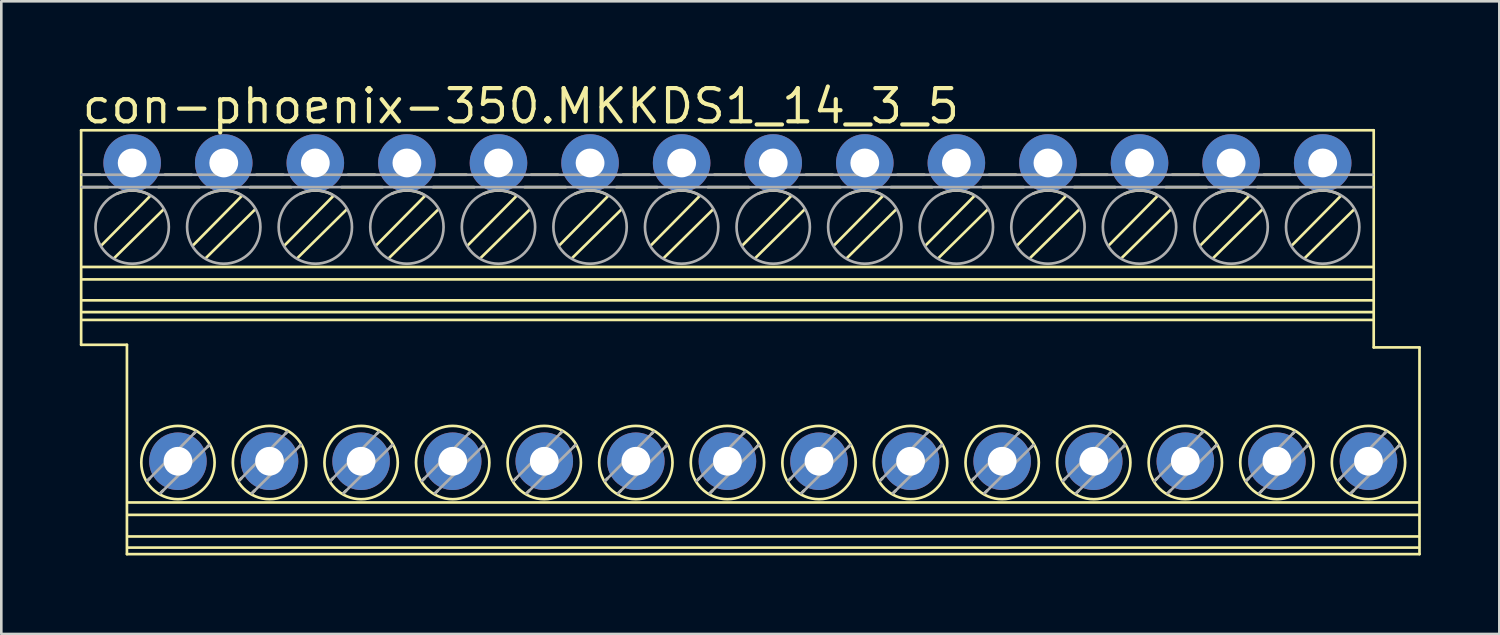
<source format=kicad_pcb>
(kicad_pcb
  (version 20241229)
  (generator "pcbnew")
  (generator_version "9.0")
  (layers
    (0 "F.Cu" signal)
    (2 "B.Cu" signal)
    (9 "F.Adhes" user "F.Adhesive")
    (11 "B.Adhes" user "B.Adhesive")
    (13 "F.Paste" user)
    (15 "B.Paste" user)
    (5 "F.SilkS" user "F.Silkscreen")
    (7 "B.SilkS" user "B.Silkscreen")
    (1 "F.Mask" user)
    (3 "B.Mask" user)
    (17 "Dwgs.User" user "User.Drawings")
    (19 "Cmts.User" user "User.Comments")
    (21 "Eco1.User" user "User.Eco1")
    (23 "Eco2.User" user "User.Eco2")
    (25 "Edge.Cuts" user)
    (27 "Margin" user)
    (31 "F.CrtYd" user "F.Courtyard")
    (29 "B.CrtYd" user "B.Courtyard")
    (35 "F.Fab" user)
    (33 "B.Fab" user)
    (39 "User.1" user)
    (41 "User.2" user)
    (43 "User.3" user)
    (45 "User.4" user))
  (footprint "con-phoenix-350.MKKDS1_14_3_5"
    (layer "F.Cu")
    (at 24.751 10.028)
    (property "Reference" "con-phoenix-350.MKKDS1_14_3_5" (at -24.751 -8.278 0) (layer "F.SilkS") (effects (font (size 1.27 1.27) (thickness 0.16)) (justify left bottom)))
    (attr through_hole)
    (fp_line (start -24.7 -8.1) (end 24.7 -8.1) (stroke (width 0.102) (type default)) (layer "F.SilkS"))
    (fp_line (start -24.7 0.1) (end -24.7 -8.1) (stroke (width 0.102) (type default)) (layer "F.SilkS"))
    (fp_line (start -24.675 -6.4) (end -23.975 -6.4) (stroke (width 0.102) (type default)) (layer "F.SilkS"))
    (fp_line (start -24.675 -5.925) (end -23.675 -5.925) (stroke (width 0.102) (type default)) (layer "F.SilkS"))
    (fp_line (start -24.65 -2.875) (end 24.675 -2.875) (stroke (width 0.102) (type default)) (layer "F.SilkS"))
    (fp_line (start -24.65 -2.4) (end 24.675 -2.4) (stroke (width 0.102) (type default)) (layer "F.SilkS"))
    (fp_line (start -24.65 -1.6) (end 24.675 -1.6) (stroke (width 0.102) (type default)) (layer "F.SilkS"))
    (fp_line (start -24.65 -0.85) (end 24.675 -0.85) (stroke (width 0.102) (type default)) (layer "F.SilkS"))
    (fp_line (start -23.925 -3.7) (end -22.075 -5.575) (stroke (width 0.102) (type default)) (layer "F.SilkS"))
    (fp_line (start -23.425 -3.225) (end -21.55 -5.075) (stroke (width 0.102) (type default)) (layer "F.SilkS"))
    (fp_line (start -22.95 0.1) (end -24.7 0.1) (stroke (width 0.102) (type default)) (layer "F.SilkS"))
    (fp_line (start -22.95 8.1) (end -22.95 0.1) (stroke (width 0.102) (type default)) (layer "F.SilkS"))
    (fp_line (start -22.9 6.125) (end 26.425 6.125) (stroke (width 0.102) (type default)) (layer "F.SilkS"))
    (fp_line (start -22.9 6.6) (end 26.425 6.6) (stroke (width 0.102) (type default)) (layer "F.SilkS"))
    (fp_line (start -22.9 7.425) (end 26.425 7.425) (stroke (width 0.102) (type default)) (layer "F.SilkS"))
    (fp_line (start -22.9 7.85) (end 26.425 7.85) (stroke (width 0.102) (type default)) (layer "F.SilkS"))
    (fp_line (start -22.175 5.3) (end -22.075 5.2) (stroke (width 0.102) (type default)) (layer "F.SilkS"))
    (fp_line (start -21.75 -5.925) (end -20.175 -5.925) (stroke (width 0.102) (type default)) (layer "F.SilkS"))
    (fp_line (start -21.675 5.775) (end -21.575 5.675) (stroke (width 0.102) (type default)) (layer "F.SilkS"))
    (fp_line (start -21.5 -6.4) (end -20.475 -6.4) (stroke (width 0.102) (type default)) (layer "F.SilkS"))
    (fp_line (start -20.425 -3.7) (end -18.575 -5.575) (stroke (width 0.102) (type default)) (layer "F.SilkS"))
    (fp_line (start -20.4 3.5) (end -20.325 3.425) (stroke (width 0.102) (type default)) (layer "F.SilkS"))
    (fp_line (start -19.925 -3.225) (end -18.05 -5.075) (stroke (width 0.102) (type default)) (layer "F.SilkS"))
    (fp_line (start -19.875 4) (end -19.8 3.925) (stroke (width 0.102) (type default)) (layer "F.SilkS"))
    (fp_line (start -18.675 5.3) (end -18.575 5.2) (stroke (width 0.102) (type default)) (layer "F.SilkS"))
    (fp_line (start -18.25 -5.925) (end -16.675 -5.925) (stroke (width 0.102) (type default)) (layer "F.SilkS"))
    (fp_line (start -18.175 5.775) (end -18.075 5.675) (stroke (width 0.102) (type default)) (layer "F.SilkS"))
    (fp_line (start -18 -6.4) (end -16.975 -6.4) (stroke (width 0.102) (type default)) (layer "F.SilkS"))
    (fp_line (start -16.925 -3.7) (end -15.075 -5.575) (stroke (width 0.102) (type default)) (layer "F.SilkS"))
    (fp_line (start -16.9 3.5) (end -16.825 3.425) (stroke (width 0.102) (type default)) (layer "F.SilkS"))
    (fp_line (start -16.425 -3.225) (end -14.55 -5.075) (stroke (width 0.102) (type default)) (layer "F.SilkS"))
    (fp_line (start -16.375 4) (end -16.3 3.925) (stroke (width 0.102) (type default)) (layer "F.SilkS"))
    (fp_line (start -15.175 5.3) (end -15.075 5.2) (stroke (width 0.102) (type default)) (layer "F.SilkS"))
    (fp_line (start -14.75 -5.925) (end -13.175 -5.925) (stroke (width 0.102) (type default)) (layer "F.SilkS"))
    (fp_line (start -14.675 5.775) (end -14.575 5.675) (stroke (width 0.102) (type default)) (layer "F.SilkS"))
    (fp_line (start -14.5 -6.4) (end -13.475 -6.4) (stroke (width 0.102) (type default)) (layer "F.SilkS"))
    (fp_line (start -13.425 -3.7) (end -11.575 -5.575) (stroke (width 0.102) (type default)) (layer "F.SilkS"))
    (fp_line (start -13.4 3.5) (end -13.325 3.425) (stroke (width 0.102) (type default)) (layer "F.SilkS"))
    (fp_line (start -12.925 -3.225) (end -11.05 -5.075) (stroke (width 0.102) (type default)) (layer "F.SilkS"))
    (fp_line (start -12.875 4) (end -12.8 3.925) (stroke (width 0.102) (type default)) (layer "F.SilkS"))
    (fp_line (start -11.675 5.3) (end -11.575 5.2) (stroke (width 0.102) (type default)) (layer "F.SilkS"))
    (fp_line (start -11.25 -5.925) (end -9.675 -5.925) (stroke (width 0.102) (type default)) (layer "F.SilkS"))
    (fp_line (start -11.175 5.775) (end -11.075 5.675) (stroke (width 0.102) (type default)) (layer "F.SilkS"))
    (fp_line (start -11 -6.4) (end -9.975 -6.4) (stroke (width 0.102) (type default)) (layer "F.SilkS"))
    (fp_line (start -9.925 -3.7) (end -8.075 -5.575) (stroke (width 0.102) (type default)) (layer "F.SilkS"))
    (fp_line (start -9.9 3.5) (end -9.825 3.425) (stroke (width 0.102) (type default)) (layer "F.SilkS"))
    (fp_line (start -9.425 -3.225) (end -7.55 -5.075) (stroke (width 0.102) (type default)) (layer "F.SilkS"))
    (fp_line (start -9.375 4) (end -9.3 3.925) (stroke (width 0.102) (type default)) (layer "F.SilkS"))
    (fp_line (start -8.175 5.3) (end -8.075 5.2) (stroke (width 0.102) (type default)) (layer "F.SilkS"))
    (fp_line (start -7.75 -5.925) (end -6.175 -5.925) (stroke (width 0.102) (type default)) (layer "F.SilkS"))
    (fp_line (start -7.675 5.775) (end -7.575 5.675) (stroke (width 0.102) (type default)) (layer "F.SilkS"))
    (fp_line (start -7.5 -6.4) (end -6.475 -6.4) (stroke (width 0.102) (type default)) (layer "F.SilkS"))
    (fp_line (start -6.425 -3.7) (end -4.575 -5.575) (stroke (width 0.102) (type default)) (layer "F.SilkS"))
    (fp_line (start -6.4 3.5) (end -6.325 3.425) (stroke (width 0.102) (type default)) (layer "F.SilkS"))
    (fp_line (start -5.925 -3.225) (end -4.05 -5.075) (stroke (width 0.102) (type default)) (layer "F.SilkS"))
    (fp_line (start -5.875 4) (end -5.8 3.925) (stroke (width 0.102) (type default)) (layer "F.SilkS"))
    (fp_line (start -4.675 5.3) (end -4.575 5.2) (stroke (width 0.102) (type default)) (layer "F.SilkS"))
    (fp_line (start -4.25 -5.925) (end -2.675 -5.925) (stroke (width 0.102) (type default)) (layer "F.SilkS"))
    (fp_line (start -4.175 5.775) (end -4.075 5.675) (stroke (width 0.102) (type default)) (layer "F.SilkS"))
    (fp_line (start -4 -6.4) (end -2.975 -6.4) (stroke (width 0.102) (type default)) (layer "F.SilkS"))
    (fp_line (start -2.925 -3.7) (end -1.075 -5.575) (stroke (width 0.102) (type default)) (layer "F.SilkS"))
    (fp_line (start -2.9 3.5) (end -2.825 3.425) (stroke (width 0.102) (type default)) (layer "F.SilkS"))
    (fp_line (start -2.425 -3.225) (end -0.55 -5.075) (stroke (width 0.102) (type default)) (layer "F.SilkS"))
    (fp_line (start -2.375 4) (end -2.3 3.925) (stroke (width 0.102) (type default)) (layer "F.SilkS"))
    (fp_line (start -1.175 5.3) (end -1.075 5.2) (stroke (width 0.102) (type default)) (layer "F.SilkS"))
    (fp_line (start -0.75 -5.925) (end 0.825 -5.925) (stroke (width 0.102) (type default)) (layer "F.SilkS"))
    (fp_line (start -0.675 5.775) (end -0.575 5.675) (stroke (width 0.102) (type default)) (layer "F.SilkS"))
    (fp_line (start -0.5 -6.4) (end 0.525 -6.4) (stroke (width 0.102) (type default)) (layer "F.SilkS"))
    (fp_line (start 0.575 -3.7) (end 2.425 -5.575) (stroke (width 0.102) (type default)) (layer "F.SilkS"))
    (fp_line (start 0.6 3.5) (end 0.675 3.425) (stroke (width 0.102) (type default)) (layer "F.SilkS"))
    (fp_line (start 1.075 -3.225) (end 2.95 -5.075) (stroke (width 0.102) (type default)) (layer "F.SilkS"))
    (fp_line (start 1.125 4) (end 1.2 3.925) (stroke (width 0.102) (type default)) (layer "F.SilkS"))
    (fp_line (start 2.325 5.3) (end 2.425 5.2) (stroke (width 0.102) (type default)) (layer "F.SilkS"))
    (fp_line (start 2.75 -5.925) (end 4.325 -5.925) (stroke (width 0.102) (type default)) (layer "F.SilkS"))
    (fp_line (start 2.825 5.775) (end 2.925 5.675) (stroke (width 0.102) (type default)) (layer "F.SilkS"))
    (fp_line (start 3 -6.4) (end 4.025 -6.4) (stroke (width 0.102) (type default)) (layer "F.SilkS"))
    (fp_line (start 4.075 -3.7) (end 5.925 -5.575) (stroke (width 0.102) (type default)) (layer "F.SilkS"))
    (fp_line (start 4.1 3.5) (end 4.175 3.425) (stroke (width 0.102) (type default)) (layer "F.SilkS"))
    (fp_line (start 4.575 -3.225) (end 6.45 -5.075) (stroke (width 0.102) (type default)) (layer "F.SilkS"))
    (fp_line (start 4.625 4) (end 4.7 3.925) (stroke (width 0.102) (type default)) (layer "F.SilkS"))
    (fp_line (start 5.825 5.3) (end 5.925 5.2) (stroke (width 0.102) (type default)) (layer "F.SilkS"))
    (fp_line (start 6.25 -5.925) (end 7.825 -5.925) (stroke (width 0.102) (type default)) (layer "F.SilkS"))
    (fp_line (start 6.325 5.775) (end 6.425 5.675) (stroke (width 0.102) (type default)) (layer "F.SilkS"))
    (fp_line (start 6.5 -6.4) (end 7.525 -6.4) (stroke (width 0.102) (type default)) (layer "F.SilkS"))
    (fp_line (start 7.575 -3.7) (end 9.425 -5.575) (stroke (width 0.102) (type default)) (layer "F.SilkS"))
    (fp_line (start 7.6 3.5) (end 7.675 3.425) (stroke (width 0.102) (type default)) (layer "F.SilkS"))
    (fp_line (start 8.075 -3.225) (end 9.95 -5.075) (stroke (width 0.102) (type default)) (layer "F.SilkS"))
    (fp_line (start 8.125 4) (end 8.2 3.925) (stroke (width 0.102) (type default)) (layer "F.SilkS"))
    (fp_line (start 9.325 5.3) (end 9.425 5.2) (stroke (width 0.102) (type default)) (layer "F.SilkS"))
    (fp_line (start 9.75 -5.925) (end 11.325 -5.925) (stroke (width 0.102) (type default)) (layer "F.SilkS"))
    (fp_line (start 9.825 5.775) (end 9.925 5.675) (stroke (width 0.102) (type default)) (layer "F.SilkS"))
    (fp_line (start 10 -6.4) (end 11.025 -6.4) (stroke (width 0.102) (type default)) (layer "F.SilkS"))
    (fp_line (start 11.075 -3.7) (end 12.925 -5.575) (stroke (width 0.102) (type default)) (layer "F.SilkS"))
    (fp_line (start 11.1 3.5) (end 11.175 3.425) (stroke (width 0.102) (type default)) (layer "F.SilkS"))
    (fp_line (start 11.575 -3.225) (end 13.45 -5.075) (stroke (width 0.102) (type default)) (layer "F.SilkS"))
    (fp_line (start 11.625 4) (end 11.7 3.925) (stroke (width 0.102) (type default)) (layer "F.SilkS"))
    (fp_line (start 12.825 5.3) (end 12.925 5.2) (stroke (width 0.102) (type default)) (layer "F.SilkS"))
    (fp_line (start 13.25 -5.925) (end 14.825 -5.925) (stroke (width 0.102) (type default)) (layer "F.SilkS"))
    (fp_line (start 13.325 5.775) (end 13.425 5.675) (stroke (width 0.102) (type default)) (layer "F.SilkS"))
    (fp_line (start 13.5 -6.4) (end 14.525 -6.4) (stroke (width 0.102) (type default)) (layer "F.SilkS"))
    (fp_line (start 14.575 -3.7) (end 16.425 -5.575) (stroke (width 0.102) (type default)) (layer "F.SilkS"))
    (fp_line (start 14.6 3.5) (end 14.675 3.425) (stroke (width 0.102) (type default)) (layer "F.SilkS"))
    (fp_line (start 15.075 -3.225) (end 16.95 -5.075) (stroke (width 0.102) (type default)) (layer "F.SilkS"))
    (fp_line (start 15.125 4) (end 15.2 3.925) (stroke (width 0.102) (type default)) (layer "F.SilkS"))
    (fp_line (start 16.325 5.3) (end 16.425 5.2) (stroke (width 0.102) (type default)) (layer "F.SilkS"))
    (fp_line (start 16.75 -5.925) (end 18.325 -5.925) (stroke (width 0.102) (type default)) (layer "F.SilkS"))
    (fp_line (start 16.825 5.775) (end 16.925 5.675) (stroke (width 0.102) (type default)) (layer "F.SilkS"))
    (fp_line (start 17 -6.4) (end 18.025 -6.4) (stroke (width 0.102) (type default)) (layer "F.SilkS"))
    (fp_line (start 18.075 -3.7) (end 19.925 -5.575) (stroke (width 0.102) (type default)) (layer "F.SilkS"))
    (fp_line (start 18.1 3.5) (end 18.175 3.425) (stroke (width 0.102) (type default)) (layer "F.SilkS"))
    (fp_line (start 18.575 -3.225) (end 20.45 -5.075) (stroke (width 0.102) (type default)) (layer "F.SilkS"))
    (fp_line (start 18.625 4) (end 18.7 3.925) (stroke (width 0.102) (type default)) (layer "F.SilkS"))
    (fp_line (start 19.825 5.3) (end 19.925 5.2) (stroke (width 0.102) (type default)) (layer "F.SilkS"))
    (fp_line (start 20.25 -5.925) (end 21.825 -5.925) (stroke (width 0.102) (type default)) (layer "F.SilkS"))
    (fp_line (start 20.325 5.775) (end 20.425 5.675) (stroke (width 0.102) (type default)) (layer "F.SilkS"))
    (fp_line (start 20.5 -6.4) (end 21.525 -6.4) (stroke (width 0.102) (type default)) (layer "F.SilkS"))
    (fp_line (start 21.575 -3.7) (end 23.425 -5.575) (stroke (width 0.102) (type default)) (layer "F.SilkS"))
    (fp_line (start 21.6 3.5) (end 21.675 3.425) (stroke (width 0.102) (type default)) (layer "F.SilkS"))
    (fp_line (start 22.075 -3.225) (end 23.95 -5.075) (stroke (width 0.102) (type default)) (layer "F.SilkS"))
    (fp_line (start 22.125 4) (end 22.2 3.925) (stroke (width 0.102) (type default)) (layer "F.SilkS"))
    (fp_line (start 23.325 5.3) (end 23.425 5.2) (stroke (width 0.102) (type default)) (layer "F.SilkS"))
    (fp_line (start 23.825 5.775) (end 23.925 5.675) (stroke (width 0.102) (type default)) (layer "F.SilkS"))
    (fp_line (start 24.675 -1.15) (end -24.65 -1.15) (stroke (width 0.102) (type default)) (layer "F.SilkS"))
    (fp_line (start 24.7 -8.1) (end 24.7 0.2) (stroke (width 0.102) (type default)) (layer "F.SilkS"))
    (fp_line (start 24.7 0.2) (end 26.45 0.2) (stroke (width 0.102) (type default)) (layer "F.SilkS"))
    (fp_line (start 25.1 3.5) (end 25.175 3.425) (stroke (width 0.102) (type default)) (layer "F.SilkS"))
    (fp_line (start 25.625 4) (end 25.7 3.925) (stroke (width 0.102) (type default)) (layer "F.SilkS"))
    (fp_line (start 26.45 0.2) (end 26.45 8.1) (stroke (width 0.102) (type default)) (layer "F.SilkS"))
    (fp_line (start 26.45 8.1) (end -22.95 8.1) (stroke (width 0.102) (type default)) (layer "F.SilkS"))
    (fp_arc (start -23.325 -5.675) (mid -22.722184 -5.797679) (end -22.125 -5.65) (stroke (width 0.1016) (type default)) (layer "F.SilkS"))
    (fp_arc (start -19.825 -5.675) (mid -19.222184 -5.797679) (end -18.625 -5.65) (stroke (width 0.1016) (type default)) (layer "F.SilkS"))
    (fp_arc (start -16.325 -5.675) (mid -15.722184 -5.797679) (end -15.125 -5.65) (stroke (width 0.1016) (type default)) (layer "F.SilkS"))
    (fp_arc (start -12.825 -5.675) (mid -12.222184 -5.797679) (end -11.625 -5.65) (stroke (width 0.1016) (type default)) (layer "F.SilkS"))
    (fp_arc (start -9.325 -5.675) (mid -8.722184 -5.797679) (end -8.125 -5.65) (stroke (width 0.1016) (type default)) (layer "F.SilkS"))
    (fp_arc (start -5.825 -5.675) (mid -5.222184 -5.797679) (end -4.625 -5.65) (stroke (width 0.1016) (type default)) (layer "F.SilkS"))
    (fp_arc (start -2.325 -5.675) (mid -1.722184 -5.797679) (end -1.125 -5.65) (stroke (width 0.1016) (type default)) (layer "F.SilkS"))
    (fp_arc (start 1.175 -5.675) (mid 1.777816 -5.797679) (end 2.375 -5.65) (stroke (width 0.1016) (type default)) (layer "F.SilkS"))
    (fp_arc (start 4.675 -5.675) (mid 5.277816 -5.797679) (end 5.875 -5.65) (stroke (width 0.1016) (type default)) (layer "F.SilkS"))
    (fp_arc (start 8.175 -5.675) (mid 8.777816 -5.797679) (end 9.375 -5.65) (stroke (width 0.1016) (type default)) (layer "F.SilkS"))
    (fp_arc (start 11.675 -5.675) (mid 12.277816 -5.797679) (end 12.875 -5.65) (stroke (width 0.1016) (type default)) (layer "F.SilkS"))
    (fp_arc (start 15.175 -5.675) (mid 15.777816 -5.797679) (end 16.375 -5.65) (stroke (width 0.1016) (type default)) (layer "F.SilkS"))
    (fp_arc (start 18.675 -5.675) (mid 19.277816 -5.797679) (end 19.875 -5.65) (stroke (width 0.1016) (type default)) (layer "F.SilkS"))
    (fp_arc (start 22.175 -5.675) (mid 22.777816 -5.797679) (end 23.375 -5.65) (stroke (width 0.1016) (type default)) (layer "F.SilkS"))
    (fp_circle (center -21 4.6) (end -19.599 4.6) (stroke (width 0.102) (type default)) (fill no) (layer "F.SilkS"))
    (fp_circle (center -17.5 4.6) (end -16.099 4.6) (stroke (width 0.102) (type default)) (fill no) (layer "F.SilkS"))
    (fp_circle (center -14 4.6) (end -12.599 4.6) (stroke (width 0.102) (type default)) (fill no) (layer "F.SilkS"))
    (fp_circle (center -10.5 4.6) (end -9.099 4.6) (stroke (width 0.102) (type default)) (fill no) (layer "F.SilkS"))
    (fp_circle (center -7 4.6) (end -5.599 4.6) (stroke (width 0.102) (type default)) (fill no) (layer "F.SilkS"))
    (fp_circle (center -3.5 4.6) (end -2.099 4.6) (stroke (width 0.102) (type default)) (fill no) (layer "F.SilkS"))
    (fp_circle (center 0 4.6) (end 1.401 4.6) (stroke (width 0.102) (type default)) (fill no) (layer "F.SilkS"))
    (fp_circle (center 3.5 4.6) (end 4.901 4.6) (stroke (width 0.102) (type default)) (fill no) (layer "F.SilkS"))
    (fp_circle (center 7 4.6) (end 8.401 4.6) (stroke (width 0.102) (type default)) (fill no) (layer "F.SilkS"))
    (fp_circle (center 10.5 4.6) (end 11.901 4.6) (stroke (width 0.102) (type default)) (fill no) (layer "F.SilkS"))
    (fp_circle (center 14 4.6) (end 15.401 4.6) (stroke (width 0.102) (type default)) (fill no) (layer "F.SilkS"))
    (fp_circle (center 17.5 4.6) (end 18.901 4.6) (stroke (width 0.102) (type default)) (fill no) (layer "F.SilkS"))
    (fp_circle (center 21 4.6) (end 22.401 4.6) (stroke (width 0.102) (type default)) (fill no) (layer "F.SilkS"))
    (fp_circle (center 24.5 4.6) (end 25.901 4.6) (stroke (width 0.102) (type default)) (fill no) (layer "F.SilkS"))
    (fp_line (start -24.675 -6.4) (end 24.65 -6.4) (stroke (width 0.102) (type default)) (layer "F.Fab"))
    (fp_line (start -24.675 -5.925) (end 24.65 -5.925) (stroke (width 0.102) (type default)) (layer "F.Fab"))
    (fp_line (start -22.175 5.3) (end -20.325 3.425) (stroke (width 0.102) (type default)) (layer "F.Fab"))
    (fp_line (start -21.675 5.775) (end -19.8 3.925) (stroke (width 0.102) (type default)) (layer "F.Fab"))
    (fp_line (start -18.675 5.3) (end -16.825 3.425) (stroke (width 0.102) (type default)) (layer "F.Fab"))
    (fp_line (start -18.175 5.775) (end -16.3 3.925) (stroke (width 0.102) (type default)) (layer "F.Fab"))
    (fp_line (start -15.175 5.3) (end -13.325 3.425) (stroke (width 0.102) (type default)) (layer "F.Fab"))
    (fp_line (start -14.675 5.775) (end -12.8 3.925) (stroke (width 0.102) (type default)) (layer "F.Fab"))
    (fp_line (start -11.675 5.3) (end -9.825 3.425) (stroke (width 0.102) (type default)) (layer "F.Fab"))
    (fp_line (start -11.175 5.775) (end -9.3 3.925) (stroke (width 0.102) (type default)) (layer "F.Fab"))
    (fp_line (start -8.175 5.3) (end -6.325 3.425) (stroke (width 0.102) (type default)) (layer "F.Fab"))
    (fp_line (start -7.675 5.775) (end -5.8 3.925) (stroke (width 0.102) (type default)) (layer "F.Fab"))
    (fp_line (start -4.675 5.3) (end -2.825 3.425) (stroke (width 0.102) (type default)) (layer "F.Fab"))
    (fp_line (start -4.175 5.775) (end -2.3 3.925) (stroke (width 0.102) (type default)) (layer "F.Fab"))
    (fp_line (start -1.175 5.3) (end 0.675 3.425) (stroke (width 0.102) (type default)) (layer "F.Fab"))
    (fp_line (start -0.675 5.775) (end 1.2 3.925) (stroke (width 0.102) (type default)) (layer "F.Fab"))
    (fp_line (start 2.325 5.3) (end 4.175 3.425) (stroke (width 0.102) (type default)) (layer "F.Fab"))
    (fp_line (start 2.825 5.775) (end 4.7 3.925) (stroke (width 0.102) (type default)) (layer "F.Fab"))
    (fp_line (start 5.825 5.3) (end 7.675 3.425) (stroke (width 0.102) (type default)) (layer "F.Fab"))
    (fp_line (start 6.325 5.775) (end 8.2 3.925) (stroke (width 0.102) (type default)) (layer "F.Fab"))
    (fp_line (start 9.325 5.3) (end 11.175 3.425) (stroke (width 0.102) (type default)) (layer "F.Fab"))
    (fp_line (start 9.825 5.775) (end 11.7 3.925) (stroke (width 0.102) (type default)) (layer "F.Fab"))
    (fp_line (start 12.825 5.3) (end 14.675 3.425) (stroke (width 0.102) (type default)) (layer "F.Fab"))
    (fp_line (start 13.325 5.775) (end 15.2 3.925) (stroke (width 0.102) (type default)) (layer "F.Fab"))
    (fp_line (start 16.325 5.3) (end 18.175 3.425) (stroke (width 0.102) (type default)) (layer "F.Fab"))
    (fp_line (start 16.825 5.775) (end 18.7 3.925) (stroke (width 0.102) (type default)) (layer "F.Fab"))
    (fp_line (start 19.825 5.3) (end 21.675 3.425) (stroke (width 0.102) (type default)) (layer "F.Fab"))
    (fp_line (start 20.325 5.775) (end 22.2 3.925) (stroke (width 0.102) (type default)) (layer "F.Fab"))
    (fp_line (start 23.325 5.3) (end 25.175 3.425) (stroke (width 0.102) (type default)) (layer "F.Fab"))
    (fp_line (start 23.825 5.775) (end 25.7 3.925) (stroke (width 0.102) (type default)) (layer "F.Fab"))
    (fp_circle (center -22.75 -4.4) (end -21.349 -4.4) (stroke (width 0.102) (type default)) (fill no) (layer "F.Fab"))
    (fp_circle (center -19.25 -4.4) (end -17.849 -4.4) (stroke (width 0.102) (type default)) (fill no) (layer "F.Fab"))
    (fp_circle (center -15.75 -4.4) (end -14.349 -4.4) (stroke (width 0.102) (type default)) (fill no) (layer "F.Fab"))
    (fp_circle (center -12.25 -4.4) (end -10.849 -4.4) (stroke (width 0.102) (type default)) (fill no) (layer "F.Fab"))
    (fp_circle (center -8.75 -4.4) (end -7.349 -4.4) (stroke (width 0.102) (type default)) (fill no) (layer "F.Fab"))
    (fp_circle (center -5.25 -4.4) (end -3.849 -4.4) (stroke (width 0.102) (type default)) (fill no) (layer "F.Fab"))
    (fp_circle (center -1.75 -4.4) (end -0.349 -4.4) (stroke (width 0.102) (type default)) (fill no) (layer "F.Fab"))
    (fp_circle (center 1.75 -4.4) (end 3.151 -4.4) (stroke (width 0.102) (type default)) (fill no) (layer "F.Fab"))
    (fp_circle (center 5.25 -4.4) (end 6.651 -4.4) (stroke (width 0.102) (type default)) (fill no) (layer "F.Fab"))
    (fp_circle (center 8.75 -4.4) (end 10.151 -4.4) (stroke (width 0.102) (type default)) (fill no) (layer "F.Fab"))
    (fp_circle (center 12.25 -4.4) (end 13.651 -4.4) (stroke (width 0.102) (type default)) (fill no) (layer "F.Fab"))
    (fp_circle (center 15.75 -4.4) (end 17.151 -4.4) (stroke (width 0.102) (type default)) (fill no) (layer "F.Fab"))
    (fp_circle (center 19.25 -4.4) (end 20.651 -4.4) (stroke (width 0.102) (type default)) (fill no) (layer "F.Fab"))
    (fp_circle (center 22.75 -4.4) (end 24.151 -4.4) (stroke (width 0.102) (type default)) (fill no) (layer "F.Fab"))
    (pad "1" thru_hole circle (at -22.75 -6.85) (size 2.2 2.2) (drill 1.1) (layers "*.Cu" "*.Mask"))
    (pad "2" thru_hole circle (at -21 4.55) (size 2.2 2.2) (drill 1.1) (layers "*.Cu" "*.Mask"))
    (pad "3" thru_hole circle (at -19.25 -6.85) (size 2.2 2.2) (drill 1.1) (layers "*.Cu" "*.Mask"))
    (pad "4" thru_hole circle (at -17.5 4.55) (size 2.2 2.2) (drill 1.1) (layers "*.Cu" "*.Mask"))
    (pad "5" thru_hole circle (at -15.75 -6.85) (size 2.2 2.2) (drill 1.1) (layers "*.Cu" "*.Mask"))
    (pad "6" thru_hole circle (at -14 4.55) (size 2.2 2.2) (drill 1.1) (layers "*.Cu" "*.Mask"))
    (pad "7" thru_hole circle (at -12.25 -6.85) (size 2.2 2.2) (drill 1.1) (layers "*.Cu" "*.Mask"))
    (pad "8" thru_hole circle (at -10.5 4.55) (size 2.2 2.2) (drill 1.1) (layers "*.Cu" "*.Mask"))
    (pad "9" thru_hole circle (at -8.75 -6.85) (size 2.2 2.2) (drill 1.1) (layers "*.Cu" "*.Mask"))
    (pad "10" thru_hole circle (at -7 4.55) (size 2.2 2.2) (drill 1.1) (layers "*.Cu" "*.Mask"))
    (pad "11" thru_hole circle (at -5.25 -6.85) (size 2.2 2.2) (drill 1.1) (layers "*.Cu" "*.Mask"))
    (pad "12" thru_hole circle (at -3.5 4.55) (size 2.2 2.2) (drill 1.1) (layers "*.Cu" "*.Mask"))
    (pad "13" thru_hole circle (at -1.75 -6.85) (size 2.2 2.2) (drill 1.1) (layers "*.Cu" "*.Mask"))
    (pad "14" thru_hole circle (at 0 4.55) (size 2.2 2.2) (drill 1.1) (layers "*.Cu" "*.Mask"))
    (pad "15" thru_hole circle (at 1.75 -6.85) (size 2.2 2.2) (drill 1.1) (layers "*.Cu" "*.Mask"))
    (pad "16" thru_hole circle (at 3.5 4.55) (size 2.2 2.2) (drill 1.1) (layers "*.Cu" "*.Mask"))
    (pad "17" thru_hole circle (at 5.25 -6.85) (size 2.2 2.2) (drill 1.1) (layers "*.Cu" "*.Mask"))
    (pad "18" thru_hole circle (at 7 4.55) (size 2.2 2.2) (drill 1.1) (layers "*.Cu" "*.Mask"))
    (pad "19" thru_hole circle (at 8.75 -6.85) (size 2.2 2.2) (drill 1.1) (layers "*.Cu" "*.Mask"))
    (pad "20" thru_hole circle (at 10.5 4.55) (size 2.2 2.2) (drill 1.1) (layers "*.Cu" "*.Mask"))
    (pad "21" thru_hole circle (at 12.25 -6.85) (size 2.2 2.2) (drill 1.1) (layers "*.Cu" "*.Mask"))
    (pad "22" thru_hole circle (at 14 4.55) (size 2.2 2.2) (drill 1.1) (layers "*.Cu" "*.Mask"))
    (pad "23" thru_hole circle (at 15.75 -6.85) (size 2.2 2.2) (drill 1.1) (layers "*.Cu" "*.Mask"))
    (pad "24" thru_hole circle (at 17.5 4.55) (size 2.2 2.2) (drill 1.1) (layers "*.Cu" "*.Mask"))
    (pad "25" thru_hole circle (at 19.25 -6.85) (size 2.2 2.2) (drill 1.1) (layers "*.Cu" "*.Mask"))
    (pad "26" thru_hole circle (at 21 4.55) (size 2.2 2.2) (drill 1.1) (layers "*.Cu" "*.Mask"))
    (pad "27" thru_hole circle (at 22.75 -6.85) (size 2.2 2.2) (drill 1.1) (layers "*.Cu" "*.Mask"))
    (pad "28" thru_hole circle (at 24.5 4.55) (size 2.2 2.2) (drill 1.1) (layers "*.Cu" "*.Mask")))
  (gr_rect
    (start -3 -3)
    (end 54.252 21.179)
    (stroke (width 0.1) (type default))
    (fill no)
    (layer "Edge.Cuts")))
</source>
